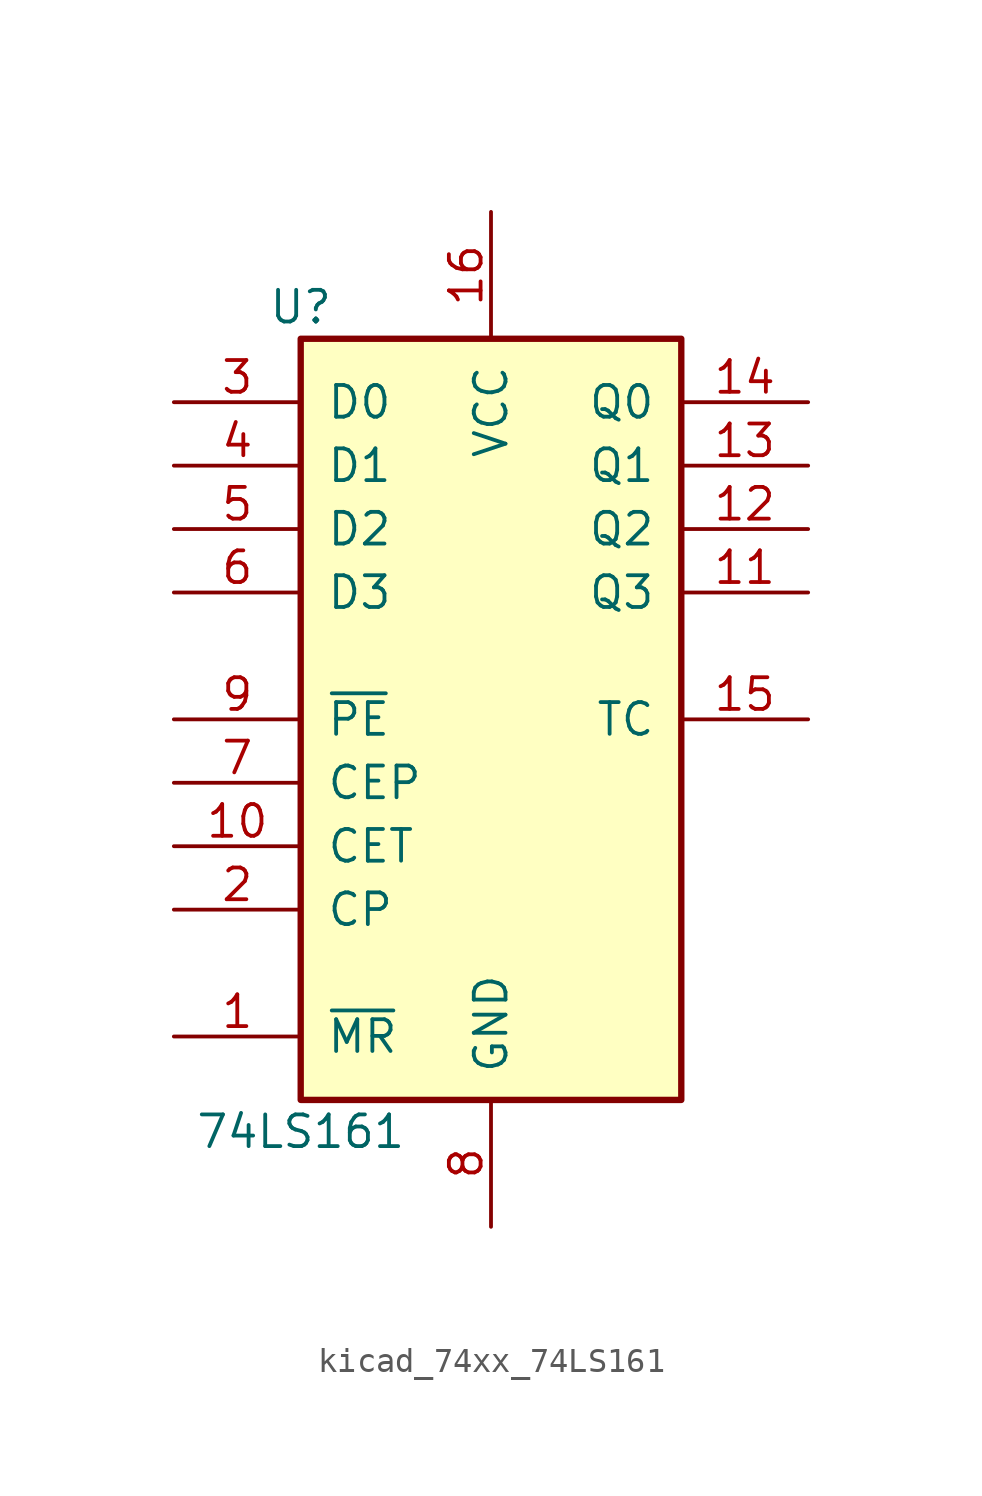
<source format=kicad_sym>
(kicad_symbol_lib
  (version 20220914)
  (generator kicad_symbol_editor)
  (symbol "kicad_74xx_74LS161"
    (pin_names
      (offset 1.016))
    (property "Reference" "U"
      (at -7.62 16.51 0)
      (effects (font (size 1.27 1.27))))
    (property "Value" "74LS161"
      (at -7.62 -16.51 0)
      (effects (font (size 1.27 1.27))))
    (property "ki_locked" ""
      (at 0 0 0)
      (effects (font (size 1.27 1.27))))
    (symbol "kicad_74xx_74LS161_1_0"
      (pin input line (at -12.7 -12.7 0) (length 5.08) (name "~{MR}" (effects (font (size 1.27 1.27)))) (number "1" (effects (font (size 1.27 1.27)))))
      (pin input line (at -12.7 -5.08 0) (length 5.08) (name "CET" (effects (font (size 1.27 1.27)))) (number "10" (effects (font (size 1.27 1.27)))))
      (pin output line (at 12.7 5.08 180) (length 5.08) (name "Q3" (effects (font (size 1.27 1.27)))) (number "11" (effects (font (size 1.27 1.27)))))
      (pin output line (at 12.7 7.62 180) (length 5.08) (name "Q2" (effects (font (size 1.27 1.27)))) (number "12" (effects (font (size 1.27 1.27)))))
      (pin output line (at 12.7 10.16 180) (length 5.08) (name "Q1" (effects (font (size 1.27 1.27)))) (number "13" (effects (font (size 1.27 1.27)))))
      (pin output line (at 12.7 12.7 180) (length 5.08) (name "Q0" (effects (font (size 1.27 1.27)))) (number "14" (effects (font (size 1.27 1.27)))))
      (pin output line (at 12.7 0 180) (length 5.08) (name "TC" (effects (font (size 1.27 1.27)))) (number "15" (effects (font (size 1.27 1.27)))))
      (pin power_in line (at 0 20.32 270) (length 5.08) (name "VCC" (effects (font (size 1.27 1.27)))) (number "16" (effects (font (size 1.27 1.27)))))
      (pin input line (at -12.7 -7.62 0) (length 5.08) (name "CP" (effects (font (size 1.27 1.27)))) (number "2" (effects (font (size 1.27 1.27)))))
      (pin input line (at -12.7 12.7 0) (length 5.08) (name "D0" (effects (font (size 1.27 1.27)))) (number "3" (effects (font (size 1.27 1.27)))))
      (pin input line (at -12.7 10.16 0) (length 5.08) (name "D1" (effects (font (size 1.27 1.27)))) (number "4" (effects (font (size 1.27 1.27)))))
      (pin input line (at -12.7 7.62 0) (length 5.08) (name "D2" (effects (font (size 1.27 1.27)))) (number "5" (effects (font (size 1.27 1.27)))))
      (pin input line (at -12.7 5.08 0) (length 5.08) (name "D3" (effects (font (size 1.27 1.27)))) (number "6" (effects (font (size 1.27 1.27)))))
      (pin input line (at -12.7 -2.54 0) (length 5.08) (name "CEP" (effects (font (size 1.27 1.27)))) (number "7" (effects (font (size 1.27 1.27)))))
      (pin power_in line (at 0 -20.32 90) (length 5.08) (name "GND" (effects (font (size 1.27 1.27)))) (number "8" (effects (font (size 1.27 1.27)))))
      (pin input line (at -12.7 0 0) (length 5.08) (name "~{PE}" (effects (font (size 1.27 1.27)))) (number "9" (effects (font (size 1.27 1.27))))))
    (symbol "kicad_74xx_74LS161_1_1"
      (rectangle (start -7.62 15.24) (end 7.62 -15.24) (stroke (width 0.254) (type default)) (fill (type background))))))
</source>
